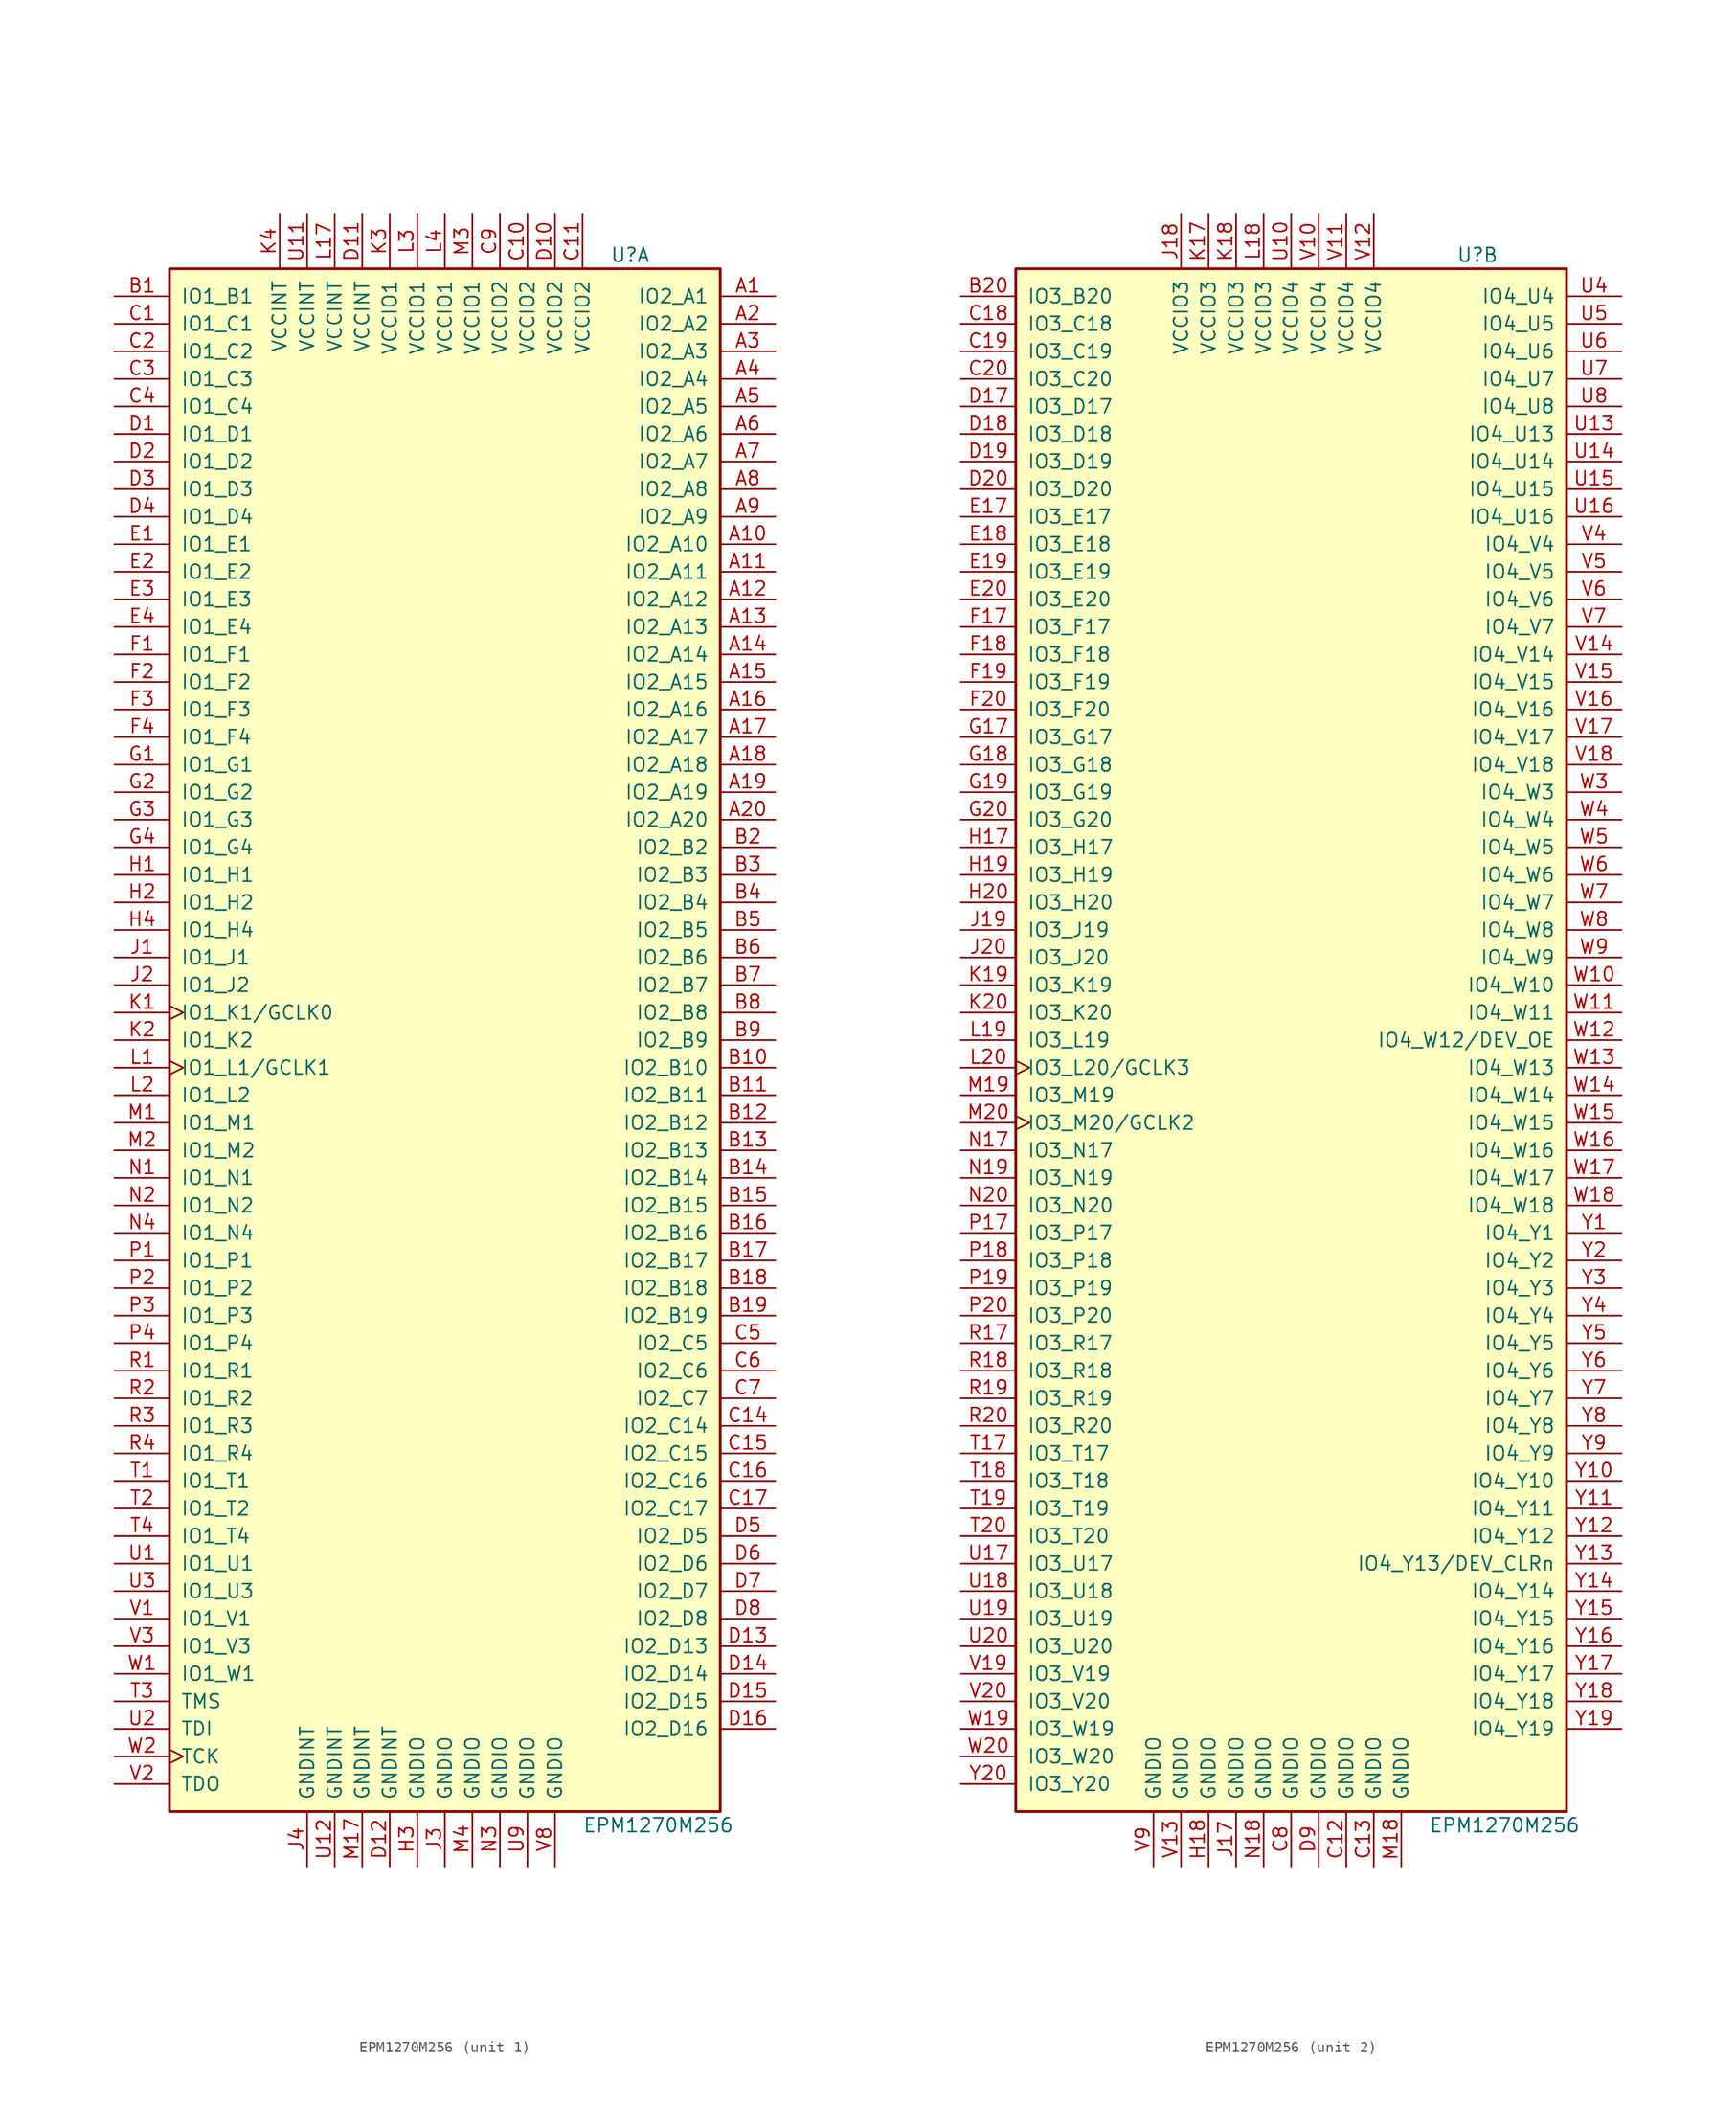
<source format=kicad_sym>
(kicad_symbol_lib
  (version 20201005)
  (generator kicad_symbol_editor)
  (symbol "EPM1270M256"
    (pin_names
      (offset 1.016))
    (property "Reference" "U"
      (at 15.24 72.39 0)
      (effects (font (size 1.27 1.27)) (justify left)))
    (property "Value" "EPM1270M256"
      (at 12.7 -72.39 0)
      (effects (font (size 1.27 1.27)) (justify left)))
    (property "ki_locked" ""
      (at 0 0 0)
      (effects (font (size 1.27 1.27))))
    (symbol "EPM1270M256_1_1"
      (rectangle (start -25.4 71.12) (end 25.4 -71.12) (stroke (width 0.254)) (fill (type background)))
      (pin bidirectional line (at 30.48 68.58 180) (length 5.08) (name "IO2_A1" (effects (font (size 1.27 1.27)))) (number "A1" (effects (font (size 1.27 1.27)))))
      (pin bidirectional line (at 30.48 45.72 180) (length 5.08) (name "IO2_A10" (effects (font (size 1.27 1.27)))) (number "A10" (effects (font (size 1.27 1.27)))))
      (pin bidirectional line (at 30.48 43.18 180) (length 5.08) (name "IO2_A11" (effects (font (size 1.27 1.27)))) (number "A11" (effects (font (size 1.27 1.27)))))
      (pin bidirectional line (at 30.48 40.64 180) (length 5.08) (name "IO2_A12" (effects (font (size 1.27 1.27)))) (number "A12" (effects (font (size 1.27 1.27)))))
      (pin bidirectional line (at 30.48 38.1 180) (length 5.08) (name "IO2_A13" (effects (font (size 1.27 1.27)))) (number "A13" (effects (font (size 1.27 1.27)))))
      (pin bidirectional line (at 30.48 35.56 180) (length 5.08) (name "IO2_A14" (effects (font (size 1.27 1.27)))) (number "A14" (effects (font (size 1.27 1.27)))))
      (pin bidirectional line (at 30.48 33.02 180) (length 5.08) (name "IO2_A15" (effects (font (size 1.27 1.27)))) (number "A15" (effects (font (size 1.27 1.27)))))
      (pin bidirectional line (at 30.48 30.48 180) (length 5.08) (name "IO2_A16" (effects (font (size 1.27 1.27)))) (number "A16" (effects (font (size 1.27 1.27)))))
      (pin bidirectional line (at 30.48 27.94 180) (length 5.08) (name "IO2_A17" (effects (font (size 1.27 1.27)))) (number "A17" (effects (font (size 1.27 1.27)))))
      (pin bidirectional line (at 30.48 25.4 180) (length 5.08) (name "IO2_A18" (effects (font (size 1.27 1.27)))) (number "A18" (effects (font (size 1.27 1.27)))))
      (pin bidirectional line (at 30.48 22.86 180) (length 5.08) (name "IO2_A19" (effects (font (size 1.27 1.27)))) (number "A19" (effects (font (size 1.27 1.27)))))
      (pin bidirectional line (at 30.48 66.04 180) (length 5.08) (name "IO2_A2" (effects (font (size 1.27 1.27)))) (number "A2" (effects (font (size 1.27 1.27)))))
      (pin bidirectional line (at 30.48 20.32 180) (length 5.08) (name "IO2_A20" (effects (font (size 1.27 1.27)))) (number "A20" (effects (font (size 1.27 1.27)))))
      (pin bidirectional line (at 30.48 63.5 180) (length 5.08) (name "IO2_A3" (effects (font (size 1.27 1.27)))) (number "A3" (effects (font (size 1.27 1.27)))))
      (pin bidirectional line (at 30.48 60.96 180) (length 5.08) (name "IO2_A4" (effects (font (size 1.27 1.27)))) (number "A4" (effects (font (size 1.27 1.27)))))
      (pin bidirectional line (at 30.48 58.42 180) (length 5.08) (name "IO2_A5" (effects (font (size 1.27 1.27)))) (number "A5" (effects (font (size 1.27 1.27)))))
      (pin bidirectional line (at 30.48 55.88 180) (length 5.08) (name "IO2_A6" (effects (font (size 1.27 1.27)))) (number "A6" (effects (font (size 1.27 1.27)))))
      (pin bidirectional line (at 30.48 53.34 180) (length 5.08) (name "IO2_A7" (effects (font (size 1.27 1.27)))) (number "A7" (effects (font (size 1.27 1.27)))))
      (pin bidirectional line (at 30.48 50.8 180) (length 5.08) (name "IO2_A8" (effects (font (size 1.27 1.27)))) (number "A8" (effects (font (size 1.27 1.27)))))
      (pin bidirectional line (at 30.48 48.26 180) (length 5.08) (name "IO2_A9" (effects (font (size 1.27 1.27)))) (number "A9" (effects (font (size 1.27 1.27)))))
      (pin bidirectional line (at -30.48 68.58 0) (length 5.08) (name "IO1_B1" (effects (font (size 1.27 1.27)))) (number "B1" (effects (font (size 1.27 1.27)))))
      (pin bidirectional line (at 30.48 -2.54 180) (length 5.08) (name "IO2_B10" (effects (font (size 1.27 1.27)))) (number "B10" (effects (font (size 1.27 1.27)))))
      (pin bidirectional line (at 30.48 -5.08 180) (length 5.08) (name "IO2_B11" (effects (font (size 1.27 1.27)))) (number "B11" (effects (font (size 1.27 1.27)))))
      (pin bidirectional line (at 30.48 -7.62 180) (length 5.08) (name "IO2_B12" (effects (font (size 1.27 1.27)))) (number "B12" (effects (font (size 1.27 1.27)))))
      (pin bidirectional line (at 30.48 -10.16 180) (length 5.08) (name "IO2_B13" (effects (font (size 1.27 1.27)))) (number "B13" (effects (font (size 1.27 1.27)))))
      (pin bidirectional line (at 30.48 -12.7 180) (length 5.08) (name "IO2_B14" (effects (font (size 1.27 1.27)))) (number "B14" (effects (font (size 1.27 1.27)))))
      (pin bidirectional line (at 30.48 -15.24 180) (length 5.08) (name "IO2_B15" (effects (font (size 1.27 1.27)))) (number "B15" (effects (font (size 1.27 1.27)))))
      (pin bidirectional line (at 30.48 -17.78 180) (length 5.08) (name "IO2_B16" (effects (font (size 1.27 1.27)))) (number "B16" (effects (font (size 1.27 1.27)))))
      (pin bidirectional line (at 30.48 -20.32 180) (length 5.08) (name "IO2_B17" (effects (font (size 1.27 1.27)))) (number "B17" (effects (font (size 1.27 1.27)))))
      (pin bidirectional line (at 30.48 -22.86 180) (length 5.08) (name "IO2_B18" (effects (font (size 1.27 1.27)))) (number "B18" (effects (font (size 1.27 1.27)))))
      (pin bidirectional line (at 30.48 -25.4 180) (length 5.08) (name "IO2_B19" (effects (font (size 1.27 1.27)))) (number "B19" (effects (font (size 1.27 1.27)))))
      (pin bidirectional line (at 30.48 17.78 180) (length 5.08) (name "IO2_B2" (effects (font (size 1.27 1.27)))) (number "B2" (effects (font (size 1.27 1.27)))))
      (pin bidirectional line (at 30.48 15.24 180) (length 5.08) (name "IO2_B3" (effects (font (size 1.27 1.27)))) (number "B3" (effects (font (size 1.27 1.27)))))
      (pin bidirectional line (at 30.48 12.7 180) (length 5.08) (name "IO2_B4" (effects (font (size 1.27 1.27)))) (number "B4" (effects (font (size 1.27 1.27)))))
      (pin bidirectional line (at 30.48 10.16 180) (length 5.08) (name "IO2_B5" (effects (font (size 1.27 1.27)))) (number "B5" (effects (font (size 1.27 1.27)))))
      (pin bidirectional line (at 30.48 7.62 180) (length 5.08) (name "IO2_B6" (effects (font (size 1.27 1.27)))) (number "B6" (effects (font (size 1.27 1.27)))))
      (pin bidirectional line (at 30.48 5.08 180) (length 5.08) (name "IO2_B7" (effects (font (size 1.27 1.27)))) (number "B7" (effects (font (size 1.27 1.27)))))
      (pin bidirectional line (at 30.48 2.54 180) (length 5.08) (name "IO2_B8" (effects (font (size 1.27 1.27)))) (number "B8" (effects (font (size 1.27 1.27)))))
      (pin bidirectional line (at 30.48 0 180) (length 5.08) (name "IO2_B9" (effects (font (size 1.27 1.27)))) (number "B9" (effects (font (size 1.27 1.27)))))
      (pin bidirectional line (at -30.48 66.04 0) (length 5.08) (name "IO1_C1" (effects (font (size 1.27 1.27)))) (number "C1" (effects (font (size 1.27 1.27)))))
      (pin power_in line (at 7.62 76.2 270) (length 5.08) (name "VCCIO2" (effects (font (size 1.27 1.27)))) (number "C10" (effects (font (size 1.27 1.27)))))
      (pin power_in line (at 12.7 76.2 270) (length 5.08) (name "VCCIO2" (effects (font (size 1.27 1.27)))) (number "C11" (effects (font (size 1.27 1.27)))))
      (pin bidirectional line (at 30.48 -35.56 180) (length 5.08) (name "IO2_C14" (effects (font (size 1.27 1.27)))) (number "C14" (effects (font (size 1.27 1.27)))))
      (pin bidirectional line (at 30.48 -38.1 180) (length 5.08) (name "IO2_C15" (effects (font (size 1.27 1.27)))) (number "C15" (effects (font (size 1.27 1.27)))))
      (pin bidirectional line (at 30.48 -40.64 180) (length 5.08) (name "IO2_C16" (effects (font (size 1.27 1.27)))) (number "C16" (effects (font (size 1.27 1.27)))))
      (pin bidirectional line (at 30.48 -43.18 180) (length 5.08) (name "IO2_C17" (effects (font (size 1.27 1.27)))) (number "C17" (effects (font (size 1.27 1.27)))))
      (pin bidirectional line (at -30.48 63.5 0) (length 5.08) (name "IO1_C2" (effects (font (size 1.27 1.27)))) (number "C2" (effects (font (size 1.27 1.27)))))
      (pin bidirectional line (at -30.48 60.96 0) (length 5.08) (name "IO1_C3" (effects (font (size 1.27 1.27)))) (number "C3" (effects (font (size 1.27 1.27)))))
      (pin bidirectional line (at -30.48 58.42 0) (length 5.08) (name "IO1_C4" (effects (font (size 1.27 1.27)))) (number "C4" (effects (font (size 1.27 1.27)))))
      (pin bidirectional line (at 30.48 -27.94 180) (length 5.08) (name "IO2_C5" (effects (font (size 1.27 1.27)))) (number "C5" (effects (font (size 1.27 1.27)))))
      (pin bidirectional line (at 30.48 -30.48 180) (length 5.08) (name "IO2_C6" (effects (font (size 1.27 1.27)))) (number "C6" (effects (font (size 1.27 1.27)))))
      (pin bidirectional line (at 30.48 -33.02 180) (length 5.08) (name "IO2_C7" (effects (font (size 1.27 1.27)))) (number "C7" (effects (font (size 1.27 1.27)))))
      (pin power_in line (at 5.08 76.2 270) (length 5.08) (name "VCCIO2" (effects (font (size 1.27 1.27)))) (number "C9" (effects (font (size 1.27 1.27)))))
      (pin bidirectional line (at -30.48 55.88 0) (length 5.08) (name "IO1_D1" (effects (font (size 1.27 1.27)))) (number "D1" (effects (font (size 1.27 1.27)))))
      (pin power_in line (at 10.16 76.2 270) (length 5.08) (name "VCCIO2" (effects (font (size 1.27 1.27)))) (number "D10" (effects (font (size 1.27 1.27)))))
      (pin power_in line (at -7.62 76.2 270) (length 5.08) (name "VCCINT" (effects (font (size 1.27 1.27)))) (number "D11" (effects (font (size 1.27 1.27)))))
      (pin power_in line (at -5.08 -76.2 90) (length 5.08) (name "GNDINT" (effects (font (size 1.27 1.27)))) (number "D12" (effects (font (size 1.27 1.27)))))
      (pin bidirectional line (at 30.48 -55.88 180) (length 5.08) (name "IO2_D13" (effects (font (size 1.27 1.27)))) (number "D13" (effects (font (size 1.27 1.27)))))
      (pin bidirectional line (at 30.48 -58.42 180) (length 5.08) (name "IO2_D14" (effects (font (size 1.27 1.27)))) (number "D14" (effects (font (size 1.27 1.27)))))
      (pin bidirectional line (at 30.48 -60.96 180) (length 5.08) (name "IO2_D15" (effects (font (size 1.27 1.27)))) (number "D15" (effects (font (size 1.27 1.27)))))
      (pin bidirectional line (at 30.48 -63.5 180) (length 5.08) (name "IO2_D16" (effects (font (size 1.27 1.27)))) (number "D16" (effects (font (size 1.27 1.27)))))
      (pin bidirectional line (at -30.48 53.34 0) (length 5.08) (name "IO1_D2" (effects (font (size 1.27 1.27)))) (number "D2" (effects (font (size 1.27 1.27)))))
      (pin bidirectional line (at -30.48 50.8 0) (length 5.08) (name "IO1_D3" (effects (font (size 1.27 1.27)))) (number "D3" (effects (font (size 1.27 1.27)))))
      (pin bidirectional line (at -30.48 48.26 0) (length 5.08) (name "IO1_D4" (effects (font (size 1.27 1.27)))) (number "D4" (effects (font (size 1.27 1.27)))))
      (pin bidirectional line (at 30.48 -45.72 180) (length 5.08) (name "IO2_D5" (effects (font (size 1.27 1.27)))) (number "D5" (effects (font (size 1.27 1.27)))))
      (pin bidirectional line (at 30.48 -48.26 180) (length 5.08) (name "IO2_D6" (effects (font (size 1.27 1.27)))) (number "D6" (effects (font (size 1.27 1.27)))))
      (pin bidirectional line (at 30.48 -50.8 180) (length 5.08) (name "IO2_D7" (effects (font (size 1.27 1.27)))) (number "D7" (effects (font (size 1.27 1.27)))))
      (pin bidirectional line (at 30.48 -53.34 180) (length 5.08) (name "IO2_D8" (effects (font (size 1.27 1.27)))) (number "D8" (effects (font (size 1.27 1.27)))))
      (pin bidirectional line (at -30.48 45.72 0) (length 5.08) (name "IO1_E1" (effects (font (size 1.27 1.27)))) (number "E1" (effects (font (size 1.27 1.27)))))
      (pin bidirectional line (at -30.48 43.18 0) (length 5.08) (name "IO1_E2" (effects (font (size 1.27 1.27)))) (number "E2" (effects (font (size 1.27 1.27)))))
      (pin bidirectional line (at -30.48 40.64 0) (length 5.08) (name "IO1_E3" (effects (font (size 1.27 1.27)))) (number "E3" (effects (font (size 1.27 1.27)))))
      (pin bidirectional line (at -30.48 38.1 0) (length 5.08) (name "IO1_E4" (effects (font (size 1.27 1.27)))) (number "E4" (effects (font (size 1.27 1.27)))))
      (pin bidirectional line (at -30.48 35.56 0) (length 5.08) (name "IO1_F1" (effects (font (size 1.27 1.27)))) (number "F1" (effects (font (size 1.27 1.27)))))
      (pin bidirectional line (at -30.48 33.02 0) (length 5.08) (name "IO1_F2" (effects (font (size 1.27 1.27)))) (number "F2" (effects (font (size 1.27 1.27)))))
      (pin bidirectional line (at -30.48 30.48 0) (length 5.08) (name "IO1_F3" (effects (font (size 1.27 1.27)))) (number "F3" (effects (font (size 1.27 1.27)))))
      (pin bidirectional line (at -30.48 27.94 0) (length 5.08) (name "IO1_F4" (effects (font (size 1.27 1.27)))) (number "F4" (effects (font (size 1.27 1.27)))))
      (pin bidirectional line (at -30.48 25.4 0) (length 5.08) (name "IO1_G1" (effects (font (size 1.27 1.27)))) (number "G1" (effects (font (size 1.27 1.27)))))
      (pin bidirectional line (at -30.48 22.86 0) (length 5.08) (name "IO1_G2" (effects (font (size 1.27 1.27)))) (number "G2" (effects (font (size 1.27 1.27)))))
      (pin bidirectional line (at -30.48 20.32 0) (length 5.08) (name "IO1_G3" (effects (font (size 1.27 1.27)))) (number "G3" (effects (font (size 1.27 1.27)))))
      (pin bidirectional line (at -30.48 17.78 0) (length 5.08) (name "IO1_G4" (effects (font (size 1.27 1.27)))) (number "G4" (effects (font (size 1.27 1.27)))))
      (pin bidirectional line (at -30.48 15.24 0) (length 5.08) (name "IO1_H1" (effects (font (size 1.27 1.27)))) (number "H1" (effects (font (size 1.27 1.27)))))
      (pin bidirectional line (at -30.48 12.7 0) (length 5.08) (name "IO1_H2" (effects (font (size 1.27 1.27)))) (number "H2" (effects (font (size 1.27 1.27)))))
      (pin power_in line (at -2.54 -76.2 90) (length 5.08) (name "GNDIO" (effects (font (size 1.27 1.27)))) (number "H3" (effects (font (size 1.27 1.27)))))
      (pin bidirectional line (at -30.48 10.16 0) (length 5.08) (name "IO1_H4" (effects (font (size 1.27 1.27)))) (number "H4" (effects (font (size 1.27 1.27)))))
      (pin bidirectional line (at -30.48 7.62 0) (length 5.08) (name "IO1_J1" (effects (font (size 1.27 1.27)))) (number "J1" (effects (font (size 1.27 1.27)))))
      (pin bidirectional line (at -30.48 5.08 0) (length 5.08) (name "IO1_J2" (effects (font (size 1.27 1.27)))) (number "J2" (effects (font (size 1.27 1.27)))))
      (pin power_in line (at 0 -76.2 90) (length 5.08) (name "GNDIO" (effects (font (size 1.27 1.27)))) (number "J3" (effects (font (size 1.27 1.27)))))
      (pin power_in line (at -12.7 -76.2 90) (length 5.08) (name "GNDINT" (effects (font (size 1.27 1.27)))) (number "J4" (effects (font (size 1.27 1.27)))))
      (pin bidirectional clock (at -30.48 2.54 0) (length 5.08) (name "IO1_K1/GCLK0" (effects (font (size 1.27 1.27)))) (number "K1" (effects (font (size 1.27 1.27)))))
      (pin bidirectional line (at -30.48 0 0) (length 5.08) (name "IO1_K2" (effects (font (size 1.27 1.27)))) (number "K2" (effects (font (size 1.27 1.27)))))
      (pin power_in line (at -5.08 76.2 270) (length 5.08) (name "VCCIO1" (effects (font (size 1.27 1.27)))) (number "K3" (effects (font (size 1.27 1.27)))))
      (pin power_in line (at -15.24 76.2 270) (length 5.08) (name "VCCINT" (effects (font (size 1.27 1.27)))) (number "K4" (effects (font (size 1.27 1.27)))))
      (pin bidirectional clock (at -30.48 -2.54 0) (length 5.08) (name "IO1_L1/GCLK1" (effects (font (size 1.27 1.27)))) (number "L1" (effects (font (size 1.27 1.27)))))
      (pin power_in line (at -10.16 76.2 270) (length 5.08) (name "VCCINT" (effects (font (size 1.27 1.27)))) (number "L17" (effects (font (size 1.27 1.27)))))
      (pin bidirectional line (at -30.48 -5.08 0) (length 5.08) (name "IO1_L2" (effects (font (size 1.27 1.27)))) (number "L2" (effects (font (size 1.27 1.27)))))
      (pin power_in line (at -2.54 76.2 270) (length 5.08) (name "VCCIO1" (effects (font (size 1.27 1.27)))) (number "L3" (effects (font (size 1.27 1.27)))))
      (pin power_in line (at 0 76.2 270) (length 5.08) (name "VCCIO1" (effects (font (size 1.27 1.27)))) (number "L4" (effects (font (size 1.27 1.27)))))
      (pin bidirectional line (at -30.48 -7.62 0) (length 5.08) (name "IO1_M1" (effects (font (size 1.27 1.27)))) (number "M1" (effects (font (size 1.27 1.27)))))
      (pin power_in line (at -7.62 -76.2 90) (length 5.08) (name "GNDINT" (effects (font (size 1.27 1.27)))) (number "M17" (effects (font (size 1.27 1.27)))))
      (pin bidirectional line (at -30.48 -10.16 0) (length 5.08) (name "IO1_M2" (effects (font (size 1.27 1.27)))) (number "M2" (effects (font (size 1.27 1.27)))))
      (pin power_in line (at 2.54 76.2 270) (length 5.08) (name "VCCIO1" (effects (font (size 1.27 1.27)))) (number "M3" (effects (font (size 1.27 1.27)))))
      (pin power_in line (at 2.54 -76.2 90) (length 5.08) (name "GNDIO" (effects (font (size 1.27 1.27)))) (number "M4" (effects (font (size 1.27 1.27)))))
      (pin bidirectional line (at -30.48 -12.7 0) (length 5.08) (name "IO1_N1" (effects (font (size 1.27 1.27)))) (number "N1" (effects (font (size 1.27 1.27)))))
      (pin bidirectional line (at -30.48 -15.24 0) (length 5.08) (name "IO1_N2" (effects (font (size 1.27 1.27)))) (number "N2" (effects (font (size 1.27 1.27)))))
      (pin power_in line (at 5.08 -76.2 90) (length 5.08) (name "GNDIO" (effects (font (size 1.27 1.27)))) (number "N3" (effects (font (size 1.27 1.27)))))
      (pin bidirectional line (at -30.48 -17.78 0) (length 5.08) (name "IO1_N4" (effects (font (size 1.27 1.27)))) (number "N4" (effects (font (size 1.27 1.27)))))
      (pin bidirectional line (at -30.48 -20.32 0) (length 5.08) (name "IO1_P1" (effects (font (size 1.27 1.27)))) (number "P1" (effects (font (size 1.27 1.27)))))
      (pin bidirectional line (at -30.48 -22.86 0) (length 5.08) (name "IO1_P2" (effects (font (size 1.27 1.27)))) (number "P2" (effects (font (size 1.27 1.27)))))
      (pin bidirectional line (at -30.48 -25.4 0) (length 5.08) (name "IO1_P3" (effects (font (size 1.27 1.27)))) (number "P3" (effects (font (size 1.27 1.27)))))
      (pin bidirectional line (at -30.48 -27.94 0) (length 5.08) (name "IO1_P4" (effects (font (size 1.27 1.27)))) (number "P4" (effects (font (size 1.27 1.27)))))
      (pin bidirectional line (at -30.48 -30.48 0) (length 5.08) (name "IO1_R1" (effects (font (size 1.27 1.27)))) (number "R1" (effects (font (size 1.27 1.27)))))
      (pin bidirectional line (at -30.48 -33.02 0) (length 5.08) (name "IO1_R2" (effects (font (size 1.27 1.27)))) (number "R2" (effects (font (size 1.27 1.27)))))
      (pin bidirectional line (at -30.48 -35.56 0) (length 5.08) (name "IO1_R3" (effects (font (size 1.27 1.27)))) (number "R3" (effects (font (size 1.27 1.27)))))
      (pin bidirectional line (at -30.48 -38.1 0) (length 5.08) (name "IO1_R4" (effects (font (size 1.27 1.27)))) (number "R4" (effects (font (size 1.27 1.27)))))
      (pin bidirectional line (at -30.48 -40.64 0) (length 5.08) (name "IO1_T1" (effects (font (size 1.27 1.27)))) (number "T1" (effects (font (size 1.27 1.27)))))
      (pin bidirectional line (at -30.48 -43.18 0) (length 5.08) (name "IO1_T2" (effects (font (size 1.27 1.27)))) (number "T2" (effects (font (size 1.27 1.27)))))
      (pin input line (at -30.48 -60.96 0) (length 5.08) (name "TMS" (effects (font (size 1.27 1.27)))) (number "T3" (effects (font (size 1.27 1.27)))))
      (pin bidirectional line (at -30.48 -45.72 0) (length 5.08) (name "IO1_T4" (effects (font (size 1.27 1.27)))) (number "T4" (effects (font (size 1.27 1.27)))))
      (pin bidirectional line (at -30.48 -48.26 0) (length 5.08) (name "IO1_U1" (effects (font (size 1.27 1.27)))) (number "U1" (effects (font (size 1.27 1.27)))))
      (pin power_in line (at -12.7 76.2 270) (length 5.08) (name "VCCINT" (effects (font (size 1.27 1.27)))) (number "U11" (effects (font (size 1.27 1.27)))))
      (pin power_in line (at -10.16 -76.2 90) (length 5.08) (name "GNDINT" (effects (font (size 1.27 1.27)))) (number "U12" (effects (font (size 1.27 1.27)))))
      (pin input line (at -30.48 -63.5 0) (length 5.08) (name "TDI" (effects (font (size 1.27 1.27)))) (number "U2" (effects (font (size 1.27 1.27)))))
      (pin bidirectional line (at -30.48 -50.8 0) (length 5.08) (name "IO1_U3" (effects (font (size 1.27 1.27)))) (number "U3" (effects (font (size 1.27 1.27)))))
      (pin power_in line (at 7.62 -76.2 90) (length 5.08) (name "GNDIO" (effects (font (size 1.27 1.27)))) (number "U9" (effects (font (size 1.27 1.27)))))
      (pin bidirectional line (at -30.48 -53.34 0) (length 5.08) (name "IO1_V1" (effects (font (size 1.27 1.27)))) (number "V1" (effects (font (size 1.27 1.27)))))
      (pin output line (at -30.48 -68.58 0) (length 5.08) (name "TDO" (effects (font (size 1.27 1.27)))) (number "V2" (effects (font (size 1.27 1.27)))))
      (pin bidirectional line (at -30.48 -55.88 0) (length 5.08) (name "IO1_V3" (effects (font (size 1.27 1.27)))) (number "V3" (effects (font (size 1.27 1.27)))))
      (pin power_in line (at 10.16 -76.2 90) (length 5.08) (name "GNDIO" (effects (font (size 1.27 1.27)))) (number "V8" (effects (font (size 1.27 1.27)))))
      (pin bidirectional line (at -30.48 -58.42 0) (length 5.08) (name "IO1_W1" (effects (font (size 1.27 1.27)))) (number "W1" (effects (font (size 1.27 1.27)))))
      (pin input clock (at -30.48 -66.04 0) (length 5.08) (name "TCK" (effects (font (size 1.27 1.27)))) (number "W2" (effects (font (size 1.27 1.27))))))
    (symbol "EPM1270M256_2_1"
      (rectangle (start -25.4 71.12) (end 25.4 -71.12) (stroke (width 0.254)) (fill (type background)))
      (pin bidirectional line (at -30.48 68.58 0) (length 5.08) (name "IO3_B20" (effects (font (size 1.27 1.27)))) (number "B20" (effects (font (size 1.27 1.27)))))
      (pin power_in line (at 5.08 -76.2 90) (length 5.08) (name "GNDIO" (effects (font (size 1.27 1.27)))) (number "C12" (effects (font (size 1.27 1.27)))))
      (pin power_in line (at 7.62 -76.2 90) (length 5.08) (name "GNDIO" (effects (font (size 1.27 1.27)))) (number "C13" (effects (font (size 1.27 1.27)))))
      (pin bidirectional line (at -30.48 66.04 0) (length 5.08) (name "IO3_C18" (effects (font (size 1.27 1.27)))) (number "C18" (effects (font (size 1.27 1.27)))))
      (pin bidirectional line (at -30.48 63.5 0) (length 5.08) (name "IO3_C19" (effects (font (size 1.27 1.27)))) (number "C19" (effects (font (size 1.27 1.27)))))
      (pin bidirectional line (at -30.48 60.96 0) (length 5.08) (name "IO3_C20" (effects (font (size 1.27 1.27)))) (number "C20" (effects (font (size 1.27 1.27)))))
      (pin power_in line (at 0 -76.2 90) (length 5.08) (name "GNDIO" (effects (font (size 1.27 1.27)))) (number "C8" (effects (font (size 1.27 1.27)))))
      (pin bidirectional line (at -30.48 58.42 0) (length 5.08) (name "IO3_D17" (effects (font (size 1.27 1.27)))) (number "D17" (effects (font (size 1.27 1.27)))))
      (pin bidirectional line (at -30.48 55.88 0) (length 5.08) (name "IO3_D18" (effects (font (size 1.27 1.27)))) (number "D18" (effects (font (size 1.27 1.27)))))
      (pin bidirectional line (at -30.48 53.34 0) (length 5.08) (name "IO3_D19" (effects (font (size 1.27 1.27)))) (number "D19" (effects (font (size 1.27 1.27)))))
      (pin bidirectional line (at -30.48 50.8 0) (length 5.08) (name "IO3_D20" (effects (font (size 1.27 1.27)))) (number "D20" (effects (font (size 1.27 1.27)))))
      (pin power_in line (at 2.54 -76.2 90) (length 5.08) (name "GNDIO" (effects (font (size 1.27 1.27)))) (number "D9" (effects (font (size 1.27 1.27)))))
      (pin bidirectional line (at -30.48 48.26 0) (length 5.08) (name "IO3_E17" (effects (font (size 1.27 1.27)))) (number "E17" (effects (font (size 1.27 1.27)))))
      (pin bidirectional line (at -30.48 45.72 0) (length 5.08) (name "IO3_E18" (effects (font (size 1.27 1.27)))) (number "E18" (effects (font (size 1.27 1.27)))))
      (pin bidirectional line (at -30.48 43.18 0) (length 5.08) (name "IO3_E19" (effects (font (size 1.27 1.27)))) (number "E19" (effects (font (size 1.27 1.27)))))
      (pin bidirectional line (at -30.48 40.64 0) (length 5.08) (name "IO3_E20" (effects (font (size 1.27 1.27)))) (number "E20" (effects (font (size 1.27 1.27)))))
      (pin bidirectional line (at -30.48 38.1 0) (length 5.08) (name "IO3_F17" (effects (font (size 1.27 1.27)))) (number "F17" (effects (font (size 1.27 1.27)))))
      (pin bidirectional line (at -30.48 35.56 0) (length 5.08) (name "IO3_F18" (effects (font (size 1.27 1.27)))) (number "F18" (effects (font (size 1.27 1.27)))))
      (pin bidirectional line (at -30.48 33.02 0) (length 5.08) (name "IO3_F19" (effects (font (size 1.27 1.27)))) (number "F19" (effects (font (size 1.27 1.27)))))
      (pin bidirectional line (at -30.48 30.48 0) (length 5.08) (name "IO3_F20" (effects (font (size 1.27 1.27)))) (number "F20" (effects (font (size 1.27 1.27)))))
      (pin bidirectional line (at -30.48 27.94 0) (length 5.08) (name "IO3_G17" (effects (font (size 1.27 1.27)))) (number "G17" (effects (font (size 1.27 1.27)))))
      (pin bidirectional line (at -30.48 25.4 0) (length 5.08) (name "IO3_G18" (effects (font (size 1.27 1.27)))) (number "G18" (effects (font (size 1.27 1.27)))))
      (pin bidirectional line (at -30.48 22.86 0) (length 5.08) (name "IO3_G19" (effects (font (size 1.27 1.27)))) (number "G19" (effects (font (size 1.27 1.27)))))
      (pin bidirectional line (at -30.48 20.32 0) (length 5.08) (name "IO3_G20" (effects (font (size 1.27 1.27)))) (number "G20" (effects (font (size 1.27 1.27)))))
      (pin bidirectional line (at -30.48 17.78 0) (length 5.08) (name "IO3_H17" (effects (font (size 1.27 1.27)))) (number "H17" (effects (font (size 1.27 1.27)))))
      (pin power_in line (at -7.62 -76.2 90) (length 5.08) (name "GNDIO" (effects (font (size 1.27 1.27)))) (number "H18" (effects (font (size 1.27 1.27)))))
      (pin bidirectional line (at -30.48 15.24 0) (length 5.08) (name "IO3_H19" (effects (font (size 1.27 1.27)))) (number "H19" (effects (font (size 1.27 1.27)))))
      (pin bidirectional line (at -30.48 12.7 0) (length 5.08) (name "IO3_H20" (effects (font (size 1.27 1.27)))) (number "H20" (effects (font (size 1.27 1.27)))))
      (pin power_in line (at -5.08 -76.2 90) (length 5.08) (name "GNDIO" (effects (font (size 1.27 1.27)))) (number "J17" (effects (font (size 1.27 1.27)))))
      (pin power_in line (at -10.16 76.2 270) (length 5.08) (name "VCCIO3" (effects (font (size 1.27 1.27)))) (number "J18" (effects (font (size 1.27 1.27)))))
      (pin bidirectional line (at -30.48 10.16 0) (length 5.08) (name "IO3_J19" (effects (font (size 1.27 1.27)))) (number "J19" (effects (font (size 1.27 1.27)))))
      (pin bidirectional line (at -30.48 7.62 0) (length 5.08) (name "IO3_J20" (effects (font (size 1.27 1.27)))) (number "J20" (effects (font (size 1.27 1.27)))))
      (pin power_in line (at -7.62 76.2 270) (length 5.08) (name "VCCIO3" (effects (font (size 1.27 1.27)))) (number "K17" (effects (font (size 1.27 1.27)))))
      (pin power_in line (at -5.08 76.2 270) (length 5.08) (name "VCCIO3" (effects (font (size 1.27 1.27)))) (number "K18" (effects (font (size 1.27 1.27)))))
      (pin bidirectional line (at -30.48 5.08 0) (length 5.08) (name "IO3_K19" (effects (font (size 1.27 1.27)))) (number "K19" (effects (font (size 1.27 1.27)))))
      (pin bidirectional line (at -30.48 2.54 0) (length 5.08) (name "IO3_K20" (effects (font (size 1.27 1.27)))) (number "K20" (effects (font (size 1.27 1.27)))))
      (pin power_in line (at -2.54 76.2 270) (length 5.08) (name "VCCIO3" (effects (font (size 1.27 1.27)))) (number "L18" (effects (font (size 1.27 1.27)))))
      (pin bidirectional line (at -30.48 0 0) (length 5.08) (name "IO3_L19" (effects (font (size 1.27 1.27)))) (number "L19" (effects (font (size 1.27 1.27)))))
      (pin bidirectional clock (at -30.48 -2.54 0) (length 5.08) (name "IO3_L20/GCLK3" (effects (font (size 1.27 1.27)))) (number "L20" (effects (font (size 1.27 1.27)))))
      (pin power_in line (at 10.16 -76.2 90) (length 5.08) (name "GNDIO" (effects (font (size 1.27 1.27)))) (number "M18" (effects (font (size 1.27 1.27)))))
      (pin bidirectional line (at -30.48 -5.08 0) (length 5.08) (name "IO3_M19" (effects (font (size 1.27 1.27)))) (number "M19" (effects (font (size 1.27 1.27)))))
      (pin bidirectional clock (at -30.48 -7.62 0) (length 5.08) (name "IO3_M20/GCLK2" (effects (font (size 1.27 1.27)))) (number "M20" (effects (font (size 1.27 1.27)))))
      (pin bidirectional line (at -30.48 -10.16 0) (length 5.08) (name "IO3_N17" (effects (font (size 1.27 1.27)))) (number "N17" (effects (font (size 1.27 1.27)))))
      (pin power_in line (at -2.54 -76.2 90) (length 5.08) (name "GNDIO" (effects (font (size 1.27 1.27)))) (number "N18" (effects (font (size 1.27 1.27)))))
      (pin bidirectional line (at -30.48 -12.7 0) (length 5.08) (name "IO3_N19" (effects (font (size 1.27 1.27)))) (number "N19" (effects (font (size 1.27 1.27)))))
      (pin bidirectional line (at -30.48 -15.24 0) (length 5.08) (name "IO3_N20" (effects (font (size 1.27 1.27)))) (number "N20" (effects (font (size 1.27 1.27)))))
      (pin bidirectional line (at -30.48 -17.78 0) (length 5.08) (name "IO3_P17" (effects (font (size 1.27 1.27)))) (number "P17" (effects (font (size 1.27 1.27)))))
      (pin bidirectional line (at -30.48 -20.32 0) (length 5.08) (name "IO3_P18" (effects (font (size 1.27 1.27)))) (number "P18" (effects (font (size 1.27 1.27)))))
      (pin bidirectional line (at -30.48 -22.86 0) (length 5.08) (name "IO3_P19" (effects (font (size 1.27 1.27)))) (number "P19" (effects (font (size 1.27 1.27)))))
      (pin bidirectional line (at -30.48 -25.4 0) (length 5.08) (name "IO3_P20" (effects (font (size 1.27 1.27)))) (number "P20" (effects (font (size 1.27 1.27)))))
      (pin bidirectional line (at -30.48 -27.94 0) (length 5.08) (name "IO3_R17" (effects (font (size 1.27 1.27)))) (number "R17" (effects (font (size 1.27 1.27)))))
      (pin bidirectional line (at -30.48 -30.48 0) (length 5.08) (name "IO3_R18" (effects (font (size 1.27 1.27)))) (number "R18" (effects (font (size 1.27 1.27)))))
      (pin bidirectional line (at -30.48 -33.02 0) (length 5.08) (name "IO3_R19" (effects (font (size 1.27 1.27)))) (number "R19" (effects (font (size 1.27 1.27)))))
      (pin bidirectional line (at -30.48 -35.56 0) (length 5.08) (name "IO3_R20" (effects (font (size 1.27 1.27)))) (number "R20" (effects (font (size 1.27 1.27)))))
      (pin bidirectional line (at -30.48 -38.1 0) (length 5.08) (name "IO3_T17" (effects (font (size 1.27 1.27)))) (number "T17" (effects (font (size 1.27 1.27)))))
      (pin bidirectional line (at -30.48 -40.64 0) (length 5.08) (name "IO3_T18" (effects (font (size 1.27 1.27)))) (number "T18" (effects (font (size 1.27 1.27)))))
      (pin bidirectional line (at -30.48 -43.18 0) (length 5.08) (name "IO3_T19" (effects (font (size 1.27 1.27)))) (number "T19" (effects (font (size 1.27 1.27)))))
      (pin bidirectional line (at -30.48 -45.72 0) (length 5.08) (name "IO3_T20" (effects (font (size 1.27 1.27)))) (number "T20" (effects (font (size 1.27 1.27)))))
      (pin power_in line (at 0 76.2 270) (length 5.08) (name "VCCIO4" (effects (font (size 1.27 1.27)))) (number "U10" (effects (font (size 1.27 1.27)))))
      (pin bidirectional line (at 30.48 55.88 180) (length 5.08) (name "IO4_U13" (effects (font (size 1.27 1.27)))) (number "U13" (effects (font (size 1.27 1.27)))))
      (pin bidirectional line (at 30.48 53.34 180) (length 5.08) (name "IO4_U14" (effects (font (size 1.27 1.27)))) (number "U14" (effects (font (size 1.27 1.27)))))
      (pin bidirectional line (at 30.48 50.8 180) (length 5.08) (name "IO4_U15" (effects (font (size 1.27 1.27)))) (number "U15" (effects (font (size 1.27 1.27)))))
      (pin bidirectional line (at 30.48 48.26 180) (length 5.08) (name "IO4_U16" (effects (font (size 1.27 1.27)))) (number "U16" (effects (font (size 1.27 1.27)))))
      (pin bidirectional line (at -30.48 -48.26 0) (length 5.08) (name "IO3_U17" (effects (font (size 1.27 1.27)))) (number "U17" (effects (font (size 1.27 1.27)))))
      (pin bidirectional line (at -30.48 -50.8 0) (length 5.08) (name "IO3_U18" (effects (font (size 1.27 1.27)))) (number "U18" (effects (font (size 1.27 1.27)))))
      (pin bidirectional line (at -30.48 -53.34 0) (length 5.08) (name "IO3_U19" (effects (font (size 1.27 1.27)))) (number "U19" (effects (font (size 1.27 1.27)))))
      (pin bidirectional line (at -30.48 -55.88 0) (length 5.08) (name "IO3_U20" (effects (font (size 1.27 1.27)))) (number "U20" (effects (font (size 1.27 1.27)))))
      (pin bidirectional line (at 30.48 68.58 180) (length 5.08) (name "IO4_U4" (effects (font (size 1.27 1.27)))) (number "U4" (effects (font (size 1.27 1.27)))))
      (pin bidirectional line (at 30.48 66.04 180) (length 5.08) (name "IO4_U5" (effects (font (size 1.27 1.27)))) (number "U5" (effects (font (size 1.27 1.27)))))
      (pin bidirectional line (at 30.48 63.5 180) (length 5.08) (name "IO4_U6" (effects (font (size 1.27 1.27)))) (number "U6" (effects (font (size 1.27 1.27)))))
      (pin bidirectional line (at 30.48 60.96 180) (length 5.08) (name "IO4_U7" (effects (font (size 1.27 1.27)))) (number "U7" (effects (font (size 1.27 1.27)))))
      (pin bidirectional line (at 30.48 58.42 180) (length 5.08) (name "IO4_U8" (effects (font (size 1.27 1.27)))) (number "U8" (effects (font (size 1.27 1.27)))))
      (pin power_in line (at 2.54 76.2 270) (length 5.08) (name "VCCIO4" (effects (font (size 1.27 1.27)))) (number "V10" (effects (font (size 1.27 1.27)))))
      (pin power_in line (at 5.08 76.2 270) (length 5.08) (name "VCCIO4" (effects (font (size 1.27 1.27)))) (number "V11" (effects (font (size 1.27 1.27)))))
      (pin power_in line (at 7.62 76.2 270) (length 5.08) (name "VCCIO4" (effects (font (size 1.27 1.27)))) (number "V12" (effects (font (size 1.27 1.27)))))
      (pin power_in line (at -10.16 -76.2 90) (length 5.08) (name "GNDIO" (effects (font (size 1.27 1.27)))) (number "V13" (effects (font (size 1.27 1.27)))))
      (pin bidirectional line (at 30.48 35.56 180) (length 5.08) (name "IO4_V14" (effects (font (size 1.27 1.27)))) (number "V14" (effects (font (size 1.27 1.27)))))
      (pin bidirectional line (at 30.48 33.02 180) (length 5.08) (name "IO4_V15" (effects (font (size 1.27 1.27)))) (number "V15" (effects (font (size 1.27 1.27)))))
      (pin bidirectional line (at 30.48 30.48 180) (length 5.08) (name "IO4_V16" (effects (font (size 1.27 1.27)))) (number "V16" (effects (font (size 1.27 1.27)))))
      (pin bidirectional line (at 30.48 27.94 180) (length 5.08) (name "IO4_V17" (effects (font (size 1.27 1.27)))) (number "V17" (effects (font (size 1.27 1.27)))))
      (pin bidirectional line (at 30.48 25.4 180) (length 5.08) (name "IO4_V18" (effects (font (size 1.27 1.27)))) (number "V18" (effects (font (size 1.27 1.27)))))
      (pin bidirectional line (at -30.48 -58.42 0) (length 5.08) (name "IO3_V19" (effects (font (size 1.27 1.27)))) (number "V19" (effects (font (size 1.27 1.27)))))
      (pin bidirectional line (at -30.48 -60.96 0) (length 5.08) (name "IO3_V20" (effects (font (size 1.27 1.27)))) (number "V20" (effects (font (size 1.27 1.27)))))
      (pin bidirectional line (at 30.48 45.72 180) (length 5.08) (name "IO4_V4" (effects (font (size 1.27 1.27)))) (number "V4" (effects (font (size 1.27 1.27)))))
      (pin bidirectional line (at 30.48 43.18 180) (length 5.08) (name "IO4_V5" (effects (font (size 1.27 1.27)))) (number "V5" (effects (font (size 1.27 1.27)))))
      (pin bidirectional line (at 30.48 40.64 180) (length 5.08) (name "IO4_V6" (effects (font (size 1.27 1.27)))) (number "V6" (effects (font (size 1.27 1.27)))))
      (pin bidirectional line (at 30.48 38.1 180) (length 5.08) (name "IO4_V7" (effects (font (size 1.27 1.27)))) (number "V7" (effects (font (size 1.27 1.27)))))
      (pin power_in line (at -12.7 -76.2 90) (length 5.08) (name "GNDIO" (effects (font (size 1.27 1.27)))) (number "V9" (effects (font (size 1.27 1.27)))))
      (pin bidirectional line (at 30.48 5.08 180) (length 5.08) (name "IO4_W10" (effects (font (size 1.27 1.27)))) (number "W10" (effects (font (size 1.27 1.27)))))
      (pin bidirectional line (at 30.48 2.54 180) (length 5.08) (name "IO4_W11" (effects (font (size 1.27 1.27)))) (number "W11" (effects (font (size 1.27 1.27)))))
      (pin bidirectional line (at 30.48 0 180) (length 5.08) (name "IO4_W12/DEV_OE" (effects (font (size 1.27 1.27)))) (number "W12" (effects (font (size 1.27 1.27)))))
      (pin bidirectional line (at 30.48 -2.54 180) (length 5.08) (name "IO4_W13" (effects (font (size 1.27 1.27)))) (number "W13" (effects (font (size 1.27 1.27)))))
      (pin bidirectional line (at 30.48 -5.08 180) (length 5.08) (name "IO4_W14" (effects (font (size 1.27 1.27)))) (number "W14" (effects (font (size 1.27 1.27)))))
      (pin bidirectional line (at 30.48 -7.62 180) (length 5.08) (name "IO4_W15" (effects (font (size 1.27 1.27)))) (number "W15" (effects (font (size 1.27 1.27)))))
      (pin bidirectional line (at 30.48 -10.16 180) (length 5.08) (name "IO4_W16" (effects (font (size 1.27 1.27)))) (number "W16" (effects (font (size 1.27 1.27)))))
      (pin bidirectional line (at 30.48 -12.7 180) (length 5.08) (name "IO4_W17" (effects (font (size 1.27 1.27)))) (number "W17" (effects (font (size 1.27 1.27)))))
      (pin bidirectional line (at 30.48 -15.24 180) (length 5.08) (name "IO4_W18" (effects (font (size 1.27 1.27)))) (number "W18" (effects (font (size 1.27 1.27)))))
      (pin bidirectional line (at -30.48 -63.5 0) (length 5.08) (name "IO3_W19" (effects (font (size 1.27 1.27)))) (number "W19" (effects (font (size 1.27 1.27)))))
      (pin bidirectional line (at -30.48 -66.04 0) (length 5.08) (name "IO3_W20" (effects (font (size 1.27 1.27)))) (number "W20" (effects (font (size 1.27 1.27)))))
      (pin bidirectional line (at 30.48 22.86 180) (length 5.08) (name "IO4_W3" (effects (font (size 1.27 1.27)))) (number "W3" (effects (font (size 1.27 1.27)))))
      (pin bidirectional line (at 30.48 20.32 180) (length 5.08) (name "IO4_W4" (effects (font (size 1.27 1.27)))) (number "W4" (effects (font (size 1.27 1.27)))))
      (pin bidirectional line (at 30.48 17.78 180) (length 5.08) (name "IO4_W5" (effects (font (size 1.27 1.27)))) (number "W5" (effects (font (size 1.27 1.27)))))
      (pin bidirectional line (at 30.48 15.24 180) (length 5.08) (name "IO4_W6" (effects (font (size 1.27 1.27)))) (number "W6" (effects (font (size 1.27 1.27)))))
      (pin bidirectional line (at 30.48 12.7 180) (length 5.08) (name "IO4_W7" (effects (font (size 1.27 1.27)))) (number "W7" (effects (font (size 1.27 1.27)))))
      (pin bidirectional line (at 30.48 10.16 180) (length 5.08) (name "IO4_W8" (effects (font (size 1.27 1.27)))) (number "W8" (effects (font (size 1.27 1.27)))))
      (pin bidirectional line (at 30.48 7.62 180) (length 5.08) (name "IO4_W9" (effects (font (size 1.27 1.27)))) (number "W9" (effects (font (size 1.27 1.27)))))
      (pin bidirectional line (at 30.48 -17.78 180) (length 5.08) (name "IO4_Y1" (effects (font (size 1.27 1.27)))) (number "Y1" (effects (font (size 1.27 1.27)))))
      (pin bidirectional line (at 30.48 -40.64 180) (length 5.08) (name "IO4_Y10" (effects (font (size 1.27 1.27)))) (number "Y10" (effects (font (size 1.27 1.27)))))
      (pin bidirectional line (at 30.48 -43.18 180) (length 5.08) (name "IO4_Y11" (effects (font (size 1.27 1.27)))) (number "Y11" (effects (font (size 1.27 1.27)))))
      (pin bidirectional line (at 30.48 -45.72 180) (length 5.08) (name "IO4_Y12" (effects (font (size 1.27 1.27)))) (number "Y12" (effects (font (size 1.27 1.27)))))
      (pin bidirectional line (at 30.48 -48.26 180) (length 5.08) (name "IO4_Y13/DEV_CLRn" (effects (font (size 1.27 1.27)))) (number "Y13" (effects (font (size 1.27 1.27)))))
      (pin bidirectional line (at 30.48 -50.8 180) (length 5.08) (name "IO4_Y14" (effects (font (size 1.27 1.27)))) (number "Y14" (effects (font (size 1.27 1.27)))))
      (pin bidirectional line (at 30.48 -53.34 180) (length 5.08) (name "IO4_Y15" (effects (font (size 1.27 1.27)))) (number "Y15" (effects (font (size 1.27 1.27)))))
      (pin bidirectional line (at 30.48 -55.88 180) (length 5.08) (name "IO4_Y16" (effects (font (size 1.27 1.27)))) (number "Y16" (effects (font (size 1.27 1.27)))))
      (pin bidirectional line (at 30.48 -58.42 180) (length 5.08) (name "IO4_Y17" (effects (font (size 1.27 1.27)))) (number "Y17" (effects (font (size 1.27 1.27)))))
      (pin bidirectional line (at 30.48 -60.96 180) (length 5.08) (name "IO4_Y18" (effects (font (size 1.27 1.27)))) (number "Y18" (effects (font (size 1.27 1.27)))))
      (pin bidirectional line (at 30.48 -63.5 180) (length 5.08) (name "IO4_Y19" (effects (font (size 1.27 1.27)))) (number "Y19" (effects (font (size 1.27 1.27)))))
      (pin bidirectional line (at 30.48 -20.32 180) (length 5.08) (name "IO4_Y2" (effects (font (size 1.27 1.27)))) (number "Y2" (effects (font (size 1.27 1.27)))))
      (pin bidirectional line (at -30.48 -68.58 0) (length 5.08) (name "IO3_Y20" (effects (font (size 1.27 1.27)))) (number "Y20" (effects (font (size 1.27 1.27)))))
      (pin bidirectional line (at 30.48 -22.86 180) (length 5.08) (name "IO4_Y3" (effects (font (size 1.27 1.27)))) (number "Y3" (effects (font (size 1.27 1.27)))))
      (pin bidirectional line (at 30.48 -25.4 180) (length 5.08) (name "IO4_Y4" (effects (font (size 1.27 1.27)))) (number "Y4" (effects (font (size 1.27 1.27)))))
      (pin bidirectional line (at 30.48 -27.94 180) (length 5.08) (name "IO4_Y5" (effects (font (size 1.27 1.27)))) (number "Y5" (effects (font (size 1.27 1.27)))))
      (pin bidirectional line (at 30.48 -30.48 180) (length 5.08) (name "IO4_Y6" (effects (font (size 1.27 1.27)))) (number "Y6" (effects (font (size 1.27 1.27)))))
      (pin bidirectional line (at 30.48 -33.02 180) (length 5.08) (name "IO4_Y7" (effects (font (size 1.27 1.27)))) (number "Y7" (effects (font (size 1.27 1.27)))))
      (pin bidirectional line (at 30.48 -35.56 180) (length 5.08) (name "IO4_Y8" (effects (font (size 1.27 1.27)))) (number "Y8" (effects (font (size 1.27 1.27)))))
      (pin bidirectional line (at 30.48 -38.1 180) (length 5.08) (name "IO4_Y9" (effects (font (size 1.27 1.27)))) (number "Y9" (effects (font (size 1.27 1.27))))))))
</source>
